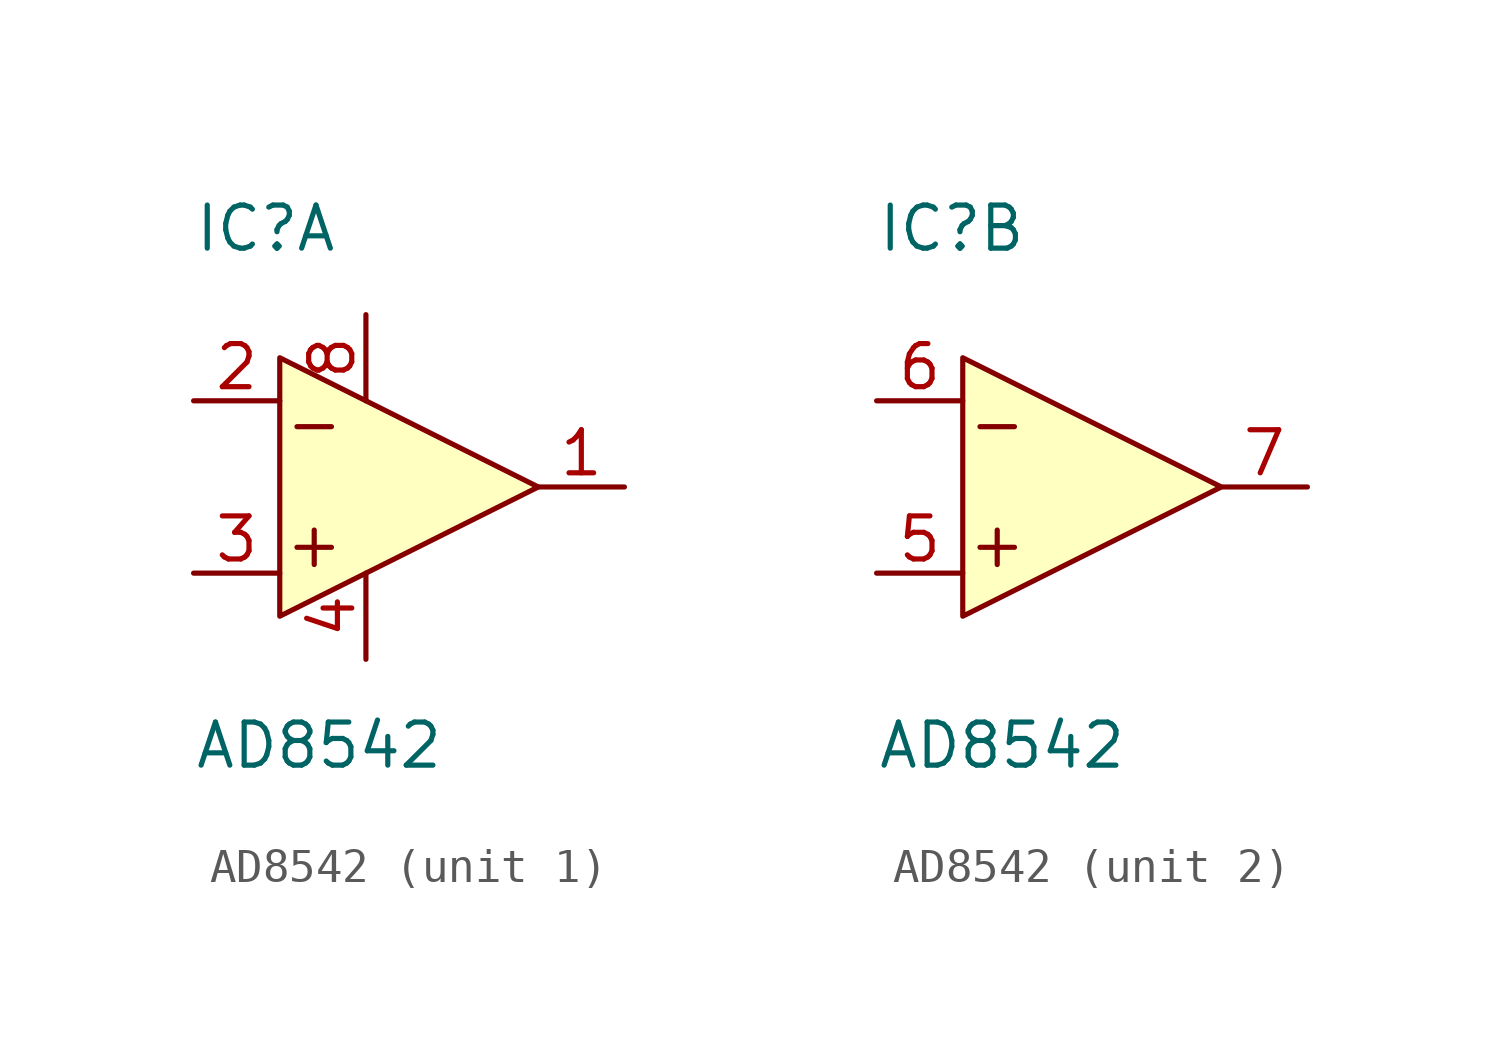
<source format=kicad_sym>
(kicad_symbol_lib
  (version 20211014)
  (generator kicad_symbol_editor)
  (symbol "AD8542"
    (pin_names
      (offset 1.016) hide)
    (property "Reference" "IC"
      (at 0 7.62 0)
      (effects (font (size 1.27 1.27)) (justify left)))
    (property "Value" "AD8542"
      (at 0 -7.62 0)
      (effects (font (size 1.27 1.27)) (justify left)))
    (symbol "AD8542_0_1"
      (polyline (pts (xy 3.048 -1.778) (xy 4.064 -1.778)) (stroke (width 0) (type default) (color 0 0 0 0)) (fill (type none)))
      (polyline (pts (xy 3.048 1.778) (xy 4.064 1.778)) (stroke (width 0) (type default) (color 0 0 0 0)) (fill (type none)))
      (polyline (pts (xy 3.556 -1.27) (xy 3.556 -2.286)) (stroke (width 0) (type default) (color 0 0 0 0)) (fill (type none)))
      (polyline (pts (xy 2.54 3.81) (xy 2.54 -3.81) (xy 10.16 0) (xy 2.54 3.81)) (stroke (width 0) (type default) (color 0 0 0 0)) (fill (type background))))
    (symbol "AD8542_1_1"
      (pin output line (at 12.7 0 180) (length 2.54) (name "OUTA" (effects (font (size 1.27 1.27)))) (number "1" (effects (font (size 1.27 1.27)))))
      (pin input line (at 0 2.54 0) (length 2.54) (name "-A" (effects (font (size 1.27 1.27)))) (number "2" (effects (font (size 1.27 1.27)))))
      (pin input line (at 0 -2.54 0) (length 2.54) (name "+A" (effects (font (size 1.27 1.27)))) (number "3" (effects (font (size 1.27 1.27)))))
      (pin power_in line (at 5.08 -5.08 90) (length 2.54) (name "V-" (effects (font (size 1.27 1.27)))) (number "4" (effects (font (size 1.27 1.27)))))
      (pin power_in line (at 5.08 5.08 270) (length 2.54) (name "V+" (effects (font (size 1.27 1.27)))) (number "8" (effects (font (size 1.27 1.27))))))
    (symbol "AD8542_2_1"
      (pin input line (at 0 -2.54 0) (length 2.54) (name "+B" (effects (font (size 1.27 1.27)))) (number "5" (effects (font (size 1.27 1.27)))))
      (pin input line (at 0 2.54 0) (length 2.54) (name "-B" (effects (font (size 1.27 1.27)))) (number "6" (effects (font (size 1.27 1.27)))))
      (pin output line (at 12.7 0 180) (length 2.54) (name "OUTB" (effects (font (size 1.27 1.27)))) (number "7" (effects (font (size 1.27 1.27))))))))
</source>
